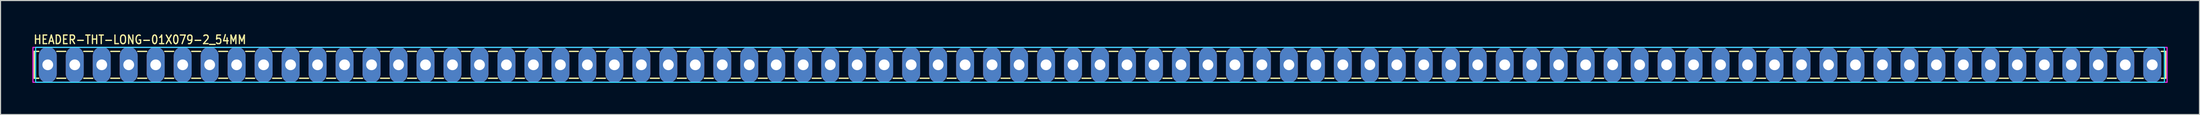
<source format=kicad_pcb>
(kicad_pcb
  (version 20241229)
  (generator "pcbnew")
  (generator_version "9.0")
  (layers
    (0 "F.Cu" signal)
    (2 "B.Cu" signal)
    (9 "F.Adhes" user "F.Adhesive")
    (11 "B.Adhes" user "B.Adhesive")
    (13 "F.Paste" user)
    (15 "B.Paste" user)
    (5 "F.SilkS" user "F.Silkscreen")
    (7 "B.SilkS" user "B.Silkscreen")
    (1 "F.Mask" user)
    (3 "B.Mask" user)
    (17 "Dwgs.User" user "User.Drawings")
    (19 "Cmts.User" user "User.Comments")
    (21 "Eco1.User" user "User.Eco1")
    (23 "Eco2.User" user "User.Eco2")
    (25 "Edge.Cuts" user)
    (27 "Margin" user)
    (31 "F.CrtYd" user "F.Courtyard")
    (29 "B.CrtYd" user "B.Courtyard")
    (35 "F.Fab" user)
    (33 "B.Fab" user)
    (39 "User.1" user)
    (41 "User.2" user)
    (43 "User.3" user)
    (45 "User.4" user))
  (footprint "HEADER-THT-LONG-01X079-2_54MM"
    (layer "F.Cu")
    (at 1.447 3.079)
    (property "Reference" "HEADER-THT-LONG-01X079-2_54MM" (at -1.4 -1.9 0) (unlocked yes) (layer "F.SilkS") (effects (font (size 0.813 0.695) (thickness 0.122)) (justify left bottom)))
    (fp_line (start -1.27 -1.27) (end -1.27 1.27) (stroke (width 0.127) (type solid)) (layer "F.SilkS"))
    (fp_line (start -1.27 1.27) (end -0.85 1.27) (stroke (width 0.127) (type solid)) (layer "F.SilkS"))
    (fp_line (start -0.85 -1.27) (end -1.27 -1.27) (stroke (width 0.127) (type solid)) (layer "F.SilkS"))
    (fp_line (start 0.85 -1.27) (end 1.69 -1.27) (stroke (width 0.127) (type solid)) (layer "F.SilkS"))
    (fp_line (start 0.85 1.27) (end 1.69 1.27) (stroke (width 0.127) (type solid)) (layer "F.SilkS"))
    (fp_line (start 3.39 -1.27) (end 4.23 -1.27) (stroke (width 0.127) (type solid)) (layer "F.SilkS"))
    (fp_line (start 3.39 1.27) (end 4.23 1.27) (stroke (width 0.127) (type solid)) (layer "F.SilkS"))
    (fp_line (start 5.93 -1.27) (end 6.77 -1.27) (stroke (width 0.127) (type solid)) (layer "F.SilkS"))
    (fp_line (start 5.93 1.27) (end 6.77 1.27) (stroke (width 0.127) (type solid)) (layer "F.SilkS"))
    (fp_line (start 8.47 -1.27) (end 9.31 -1.27) (stroke (width 0.127) (type solid)) (layer "F.SilkS"))
    (fp_line (start 8.47 1.27) (end 9.31 1.27) (stroke (width 0.127) (type solid)) (layer "F.SilkS"))
    (fp_line (start 11.01 -1.27) (end 11.85 -1.27) (stroke (width 0.127) (type solid)) (layer "F.SilkS"))
    (fp_line (start 11.01 1.27) (end 11.85 1.27) (stroke (width 0.127) (type solid)) (layer "F.SilkS"))
    (fp_line (start 13.55 -1.27) (end 14.39 -1.27) (stroke (width 0.127) (type solid)) (layer "F.SilkS"))
    (fp_line (start 13.55 1.27) (end 14.39 1.27) (stroke (width 0.127) (type solid)) (layer "F.SilkS"))
    (fp_line (start 16.09 -1.27) (end 16.93 -1.27) (stroke (width 0.127) (type solid)) (layer "F.SilkS"))
    (fp_line (start 16.09 1.27) (end 16.93 1.27) (stroke (width 0.127) (type solid)) (layer "F.SilkS"))
    (fp_line (start 18.63 -1.27) (end 19.47 -1.27) (stroke (width 0.127) (type solid)) (layer "F.SilkS"))
    (fp_line (start 18.63 1.27) (end 19.47 1.27) (stroke (width 0.127) (type solid)) (layer "F.SilkS"))
    (fp_line (start 21.17 -1.27) (end 22.01 -1.27) (stroke (width 0.127) (type solid)) (layer "F.SilkS"))
    (fp_line (start 21.17 1.27) (end 22.01 1.27) (stroke (width 0.127) (type solid)) (layer "F.SilkS"))
    (fp_line (start 23.71 -1.27) (end 24.55 -1.27) (stroke (width 0.127) (type solid)) (layer "F.SilkS"))
    (fp_line (start 23.71 1.27) (end 24.55 1.27) (stroke (width 0.127) (type solid)) (layer "F.SilkS"))
    (fp_line (start 26.25 -1.27) (end 27.09 -1.27) (stroke (width 0.127) (type solid)) (layer "F.SilkS"))
    (fp_line (start 26.25 1.27) (end 27.09 1.27) (stroke (width 0.127) (type solid)) (layer "F.SilkS"))
    (fp_line (start 28.79 -1.27) (end 29.63 -1.27) (stroke (width 0.127) (type solid)) (layer "F.SilkS"))
    (fp_line (start 28.79 1.27) (end 29.63 1.27) (stroke (width 0.127) (type solid)) (layer "F.SilkS"))
    (fp_line (start 31.33 -1.27) (end 32.17 -1.27) (stroke (width 0.127) (type solid)) (layer "F.SilkS"))
    (fp_line (start 31.33 1.27) (end 32.17 1.27) (stroke (width 0.127) (type solid)) (layer "F.SilkS"))
    (fp_line (start 33.87 -1.27) (end 34.71 -1.27) (stroke (width 0.127) (type solid)) (layer "F.SilkS"))
    (fp_line (start 33.87 1.27) (end 34.71 1.27) (stroke (width 0.127) (type solid)) (layer "F.SilkS"))
    (fp_line (start 36.41 -1.27) (end 37.25 -1.27) (stroke (width 0.127) (type solid)) (layer "F.SilkS"))
    (fp_line (start 36.41 1.27) (end 37.25 1.27) (stroke (width 0.127) (type solid)) (layer "F.SilkS"))
    (fp_line (start 38.95 -1.27) (end 39.79 -1.27) (stroke (width 0.127) (type solid)) (layer "F.SilkS"))
    (fp_line (start 38.95 1.27) (end 39.79 1.27) (stroke (width 0.127) (type solid)) (layer "F.SilkS"))
    (fp_line (start 41.49 -1.27) (end 42.33 -1.27) (stroke (width 0.127) (type solid)) (layer "F.SilkS"))
    (fp_line (start 41.49 1.27) (end 42.33 1.27) (stroke (width 0.127) (type solid)) (layer "F.SilkS"))
    (fp_line (start 44.03 -1.27) (end 44.87 -1.27) (stroke (width 0.127) (type solid)) (layer "F.SilkS"))
    (fp_line (start 44.03 1.27) (end 44.87 1.27) (stroke (width 0.127) (type solid)) (layer "F.SilkS"))
    (fp_line (start 46.57 -1.27) (end 47.41 -1.27) (stroke (width 0.127) (type solid)) (layer "F.SilkS"))
    (fp_line (start 46.57 1.27) (end 47.41 1.27) (stroke (width 0.127) (type solid)) (layer "F.SilkS"))
    (fp_line (start 49.11 -1.27) (end 49.95 -1.27) (stroke (width 0.127) (type solid)) (layer "F.SilkS"))
    (fp_line (start 49.11 1.27) (end 49.95 1.27) (stroke (width 0.127) (type solid)) (layer "F.SilkS"))
    (fp_line (start 51.65 -1.27) (end 52.49 -1.27) (stroke (width 0.127) (type solid)) (layer "F.SilkS"))
    (fp_line (start 51.65 1.27) (end 52.49 1.27) (stroke (width 0.127) (type solid)) (layer "F.SilkS"))
    (fp_line (start 54.19 -1.27) (end 55.03 -1.27) (stroke (width 0.127) (type solid)) (layer "F.SilkS"))
    (fp_line (start 54.19 1.27) (end 55.03 1.27) (stroke (width 0.127) (type solid)) (layer "F.SilkS"))
    (fp_line (start 56.73 -1.27) (end 57.57 -1.27) (stroke (width 0.127) (type solid)) (layer "F.SilkS"))
    (fp_line (start 56.73 1.27) (end 57.57 1.27) (stroke (width 0.127) (type solid)) (layer "F.SilkS"))
    (fp_line (start 59.27 -1.27) (end 60.11 -1.27) (stroke (width 0.127) (type solid)) (layer "F.SilkS"))
    (fp_line (start 59.27 1.27) (end 60.11 1.27) (stroke (width 0.127) (type solid)) (layer "F.SilkS"))
    (fp_line (start 61.81 -1.27) (end 62.65 -1.27) (stroke (width 0.127) (type solid)) (layer "F.SilkS"))
    (fp_line (start 61.81 1.27) (end 62.65 1.27) (stroke (width 0.127) (type solid)) (layer "F.SilkS"))
    (fp_line (start 64.35 -1.27) (end 65.19 -1.27) (stroke (width 0.127) (type solid)) (layer "F.SilkS"))
    (fp_line (start 64.35 1.27) (end 65.19 1.27) (stroke (width 0.127) (type solid)) (layer "F.SilkS"))
    (fp_line (start 66.89 -1.27) (end 67.73 -1.27) (stroke (width 0.127) (type solid)) (layer "F.SilkS"))
    (fp_line (start 66.89 1.27) (end 67.73 1.27) (stroke (width 0.127) (type solid)) (layer "F.SilkS"))
    (fp_line (start 69.43 -1.27) (end 70.27 -1.27) (stroke (width 0.127) (type solid)) (layer "F.SilkS"))
    (fp_line (start 69.43 1.27) (end 70.27 1.27) (stroke (width 0.127) (type solid)) (layer "F.SilkS"))
    (fp_line (start 71.97 -1.27) (end 72.81 -1.27) (stroke (width 0.127) (type solid)) (layer "F.SilkS"))
    (fp_line (start 71.97 1.27) (end 72.81 1.27) (stroke (width 0.127) (type solid)) (layer "F.SilkS"))
    (fp_line (start 74.51 -1.27) (end 75.35 -1.27) (stroke (width 0.127) (type solid)) (layer "F.SilkS"))
    (fp_line (start 74.51 1.27) (end 75.35 1.27) (stroke (width 0.127) (type solid)) (layer "F.SilkS"))
    (fp_line (start 77.05 -1.27) (end 77.89 -1.27) (stroke (width 0.127) (type solid)) (layer "F.SilkS"))
    (fp_line (start 77.05 1.27) (end 77.89 1.27) (stroke (width 0.127) (type solid)) (layer "F.SilkS"))
    (fp_line (start 79.59 -1.27) (end 80.43 -1.27) (stroke (width 0.127) (type solid)) (layer "F.SilkS"))
    (fp_line (start 79.59 1.27) (end 80.43 1.27) (stroke (width 0.127) (type solid)) (layer "F.SilkS"))
    (fp_line (start 82.13 -1.27) (end 82.97 -1.27) (stroke (width 0.127) (type solid)) (layer "F.SilkS"))
    (fp_line (start 82.13 1.27) (end 82.97 1.27) (stroke (width 0.127) (type solid)) (layer "F.SilkS"))
    (fp_line (start 84.67 -1.27) (end 85.51 -1.27) (stroke (width 0.127) (type solid)) (layer "F.SilkS"))
    (fp_line (start 84.67 1.27) (end 85.51 1.27) (stroke (width 0.127) (type solid)) (layer "F.SilkS"))
    (fp_line (start 87.21 -1.27) (end 88.05 -1.27) (stroke (width 0.127) (type solid)) (layer "F.SilkS"))
    (fp_line (start 87.21 1.27) (end 88.05 1.27) (stroke (width 0.127) (type solid)) (layer "F.SilkS"))
    (fp_line (start 89.75 -1.27) (end 90.59 -1.27) (stroke (width 0.127) (type solid)) (layer "F.SilkS"))
    (fp_line (start 89.75 1.27) (end 90.59 1.27) (stroke (width 0.127) (type solid)) (layer "F.SilkS"))
    (fp_line (start 92.29 -1.27) (end 93.13 -1.27) (stroke (width 0.127) (type solid)) (layer "F.SilkS"))
    (fp_line (start 92.29 1.27) (end 93.13 1.27) (stroke (width 0.127) (type solid)) (layer "F.SilkS"))
    (fp_line (start 94.83 -1.27) (end 95.67 -1.27) (stroke (width 0.127) (type solid)) (layer "F.SilkS"))
    (fp_line (start 94.83 1.27) (end 95.67 1.27) (stroke (width 0.127) (type solid)) (layer "F.SilkS"))
    (fp_line (start 97.37 -1.27) (end 98.21 -1.27) (stroke (width 0.127) (type solid)) (layer "F.SilkS"))
    (fp_line (start 97.37 1.27) (end 98.21 1.27) (stroke (width 0.127) (type solid)) (layer "F.SilkS"))
    (fp_line (start 99.91 -1.27) (end 100.75 -1.27) (stroke (width 0.127) (type solid)) (layer "F.SilkS"))
    (fp_line (start 99.91 1.27) (end 100.75 1.27) (stroke (width 0.127) (type solid)) (layer "F.SilkS"))
    (fp_line (start 102.45 -1.27) (end 103.29 -1.27) (stroke (width 0.127) (type solid)) (layer "F.SilkS"))
    (fp_line (start 102.45 1.27) (end 103.29 1.27) (stroke (width 0.127) (type solid)) (layer "F.SilkS"))
    (fp_line (start 104.99 -1.27) (end 105.83 -1.27) (stroke (width 0.127) (type solid)) (layer "F.SilkS"))
    (fp_line (start 104.99 1.27) (end 105.83 1.27) (stroke (width 0.127) (type solid)) (layer "F.SilkS"))
    (fp_line (start 107.53 -1.27) (end 108.37 -1.27) (stroke (width 0.127) (type solid)) (layer "F.SilkS"))
    (fp_line (start 107.53 1.27) (end 108.37 1.27) (stroke (width 0.127) (type solid)) (layer "F.SilkS"))
    (fp_line (start 110.07 -1.27) (end 110.91 -1.27) (stroke (width 0.127) (type solid)) (layer "F.SilkS"))
    (fp_line (start 110.07 1.27) (end 110.91 1.27) (stroke (width 0.127) (type solid)) (layer "F.SilkS"))
    (fp_line (start 112.61 -1.27) (end 113.45 -1.27) (stroke (width 0.127) (type solid)) (layer "F.SilkS"))
    (fp_line (start 112.61 1.27) (end 113.45 1.27) (stroke (width 0.127) (type solid)) (layer "F.SilkS"))
    (fp_line (start 115.15 -1.27) (end 115.99 -1.27) (stroke (width 0.127) (type solid)) (layer "F.SilkS"))
    (fp_line (start 115.15 1.27) (end 115.99 1.27) (stroke (width 0.127) (type solid)) (layer "F.SilkS"))
    (fp_line (start 117.69 -1.27) (end 118.53 -1.27) (stroke (width 0.127) (type solid)) (layer "F.SilkS"))
    (fp_line (start 117.69 1.27) (end 118.53 1.27) (stroke (width 0.127) (type solid)) (layer "F.SilkS"))
    (fp_line (start 120.23 -1.27) (end 121.07 -1.27) (stroke (width 0.127) (type solid)) (layer "F.SilkS"))
    (fp_line (start 120.23 1.27) (end 121.07 1.27) (stroke (width 0.127) (type solid)) (layer "F.SilkS"))
    (fp_line (start 122.77 -1.27) (end 123.61 -1.27) (stroke (width 0.127) (type solid)) (layer "F.SilkS"))
    (fp_line (start 122.77 1.27) (end 123.61 1.27) (stroke (width 0.127) (type solid)) (layer "F.SilkS"))
    (fp_line (start 125.31 -1.27) (end 126.15 -1.27) (stroke (width 0.127) (type solid)) (layer "F.SilkS"))
    (fp_line (start 125.31 1.27) (end 126.15 1.27) (stroke (width 0.127) (type solid)) (layer "F.SilkS"))
    (fp_line (start 127.85 -1.27) (end 128.69 -1.27) (stroke (width 0.127) (type solid)) (layer "F.SilkS"))
    (fp_line (start 127.85 1.27) (end 128.69 1.27) (stroke (width 0.127) (type solid)) (layer "F.SilkS"))
    (fp_line (start 130.39 -1.27) (end 131.23 -1.27) (stroke (width 0.127) (type solid)) (layer "F.SilkS"))
    (fp_line (start 130.39 1.27) (end 131.23 1.27) (stroke (width 0.127) (type solid)) (layer "F.SilkS"))
    (fp_line (start 132.93 -1.27) (end 133.77 -1.27) (stroke (width 0.127) (type solid)) (layer "F.SilkS"))
    (fp_line (start 132.93 1.27) (end 133.77 1.27) (stroke (width 0.127) (type solid)) (layer "F.SilkS"))
    (fp_line (start 135.47 -1.27) (end 136.31 -1.27) (stroke (width 0.127) (type solid)) (layer "F.SilkS"))
    (fp_line (start 135.47 1.27) (end 136.31 1.27) (stroke (width 0.127) (type solid)) (layer "F.SilkS"))
    (fp_line (start 138.01 -1.27) (end 138.85 -1.27) (stroke (width 0.127) (type solid)) (layer "F.SilkS"))
    (fp_line (start 138.01 1.27) (end 138.85 1.27) (stroke (width 0.127) (type solid)) (layer "F.SilkS"))
    (fp_line (start 140.55 -1.27) (end 141.39 -1.27) (stroke (width 0.127) (type solid)) (layer "F.SilkS"))
    (fp_line (start 140.55 1.27) (end 141.39 1.27) (stroke (width 0.127) (type solid)) (layer "F.SilkS"))
    (fp_line (start 143.09 -1.27) (end 143.93 -1.27) (stroke (width 0.127) (type solid)) (layer "F.SilkS"))
    (fp_line (start 143.09 1.27) (end 143.93 1.27) (stroke (width 0.127) (type solid)) (layer "F.SilkS"))
    (fp_line (start 145.63 -1.27) (end 146.47 -1.27) (stroke (width 0.127) (type solid)) (layer "F.SilkS"))
    (fp_line (start 145.63 1.27) (end 146.47 1.27) (stroke (width 0.127) (type solid)) (layer "F.SilkS"))
    (fp_line (start 148.17 -1.27) (end 149.01 -1.27) (stroke (width 0.127) (type solid)) (layer "F.SilkS"))
    (fp_line (start 148.17 1.27) (end 149.01 1.27) (stroke (width 0.127) (type solid)) (layer "F.SilkS"))
    (fp_line (start 150.71 -1.27) (end 151.55 -1.27) (stroke (width 0.127) (type solid)) (layer "F.SilkS"))
    (fp_line (start 150.71 1.27) (end 151.55 1.27) (stroke (width 0.127) (type solid)) (layer "F.SilkS"))
    (fp_line (start 153.25 -1.27) (end 154.09 -1.27) (stroke (width 0.127) (type solid)) (layer "F.SilkS"))
    (fp_line (start 153.25 1.27) (end 154.09 1.27) (stroke (width 0.127) (type solid)) (layer "F.SilkS"))
    (fp_line (start 155.79 -1.27) (end 156.63 -1.27) (stroke (width 0.127) (type solid)) (layer "F.SilkS"))
    (fp_line (start 155.79 1.27) (end 156.63 1.27) (stroke (width 0.127) (type solid)) (layer "F.SilkS"))
    (fp_line (start 158.33 -1.27) (end 159.17 -1.27) (stroke (width 0.127) (type solid)) (layer "F.SilkS"))
    (fp_line (start 158.33 1.27) (end 159.17 1.27) (stroke (width 0.127) (type solid)) (layer "F.SilkS"))
    (fp_line (start 160.87 -1.27) (end 161.71 -1.27) (stroke (width 0.127) (type solid)) (layer "F.SilkS"))
    (fp_line (start 160.87 1.27) (end 161.71 1.27) (stroke (width 0.127) (type solid)) (layer "F.SilkS"))
    (fp_line (start 163.41 -1.27) (end 164.25 -1.27) (stroke (width 0.127) (type solid)) (layer "F.SilkS"))
    (fp_line (start 163.41 1.27) (end 164.25 1.27) (stroke (width 0.127) (type solid)) (layer "F.SilkS"))
    (fp_line (start 165.95 -1.27) (end 166.79 -1.27) (stroke (width 0.127) (type solid)) (layer "F.SilkS"))
    (fp_line (start 165.95 1.27) (end 166.79 1.27) (stroke (width 0.127) (type solid)) (layer "F.SilkS"))
    (fp_line (start 168.49 -1.27) (end 169.33 -1.27) (stroke (width 0.127) (type solid)) (layer "F.SilkS"))
    (fp_line (start 168.49 1.27) (end 169.33 1.27) (stroke (width 0.127) (type solid)) (layer "F.SilkS"))
    (fp_line (start 171.03 -1.27) (end 171.87 -1.27) (stroke (width 0.127) (type solid)) (layer "F.SilkS"))
    (fp_line (start 171.03 1.27) (end 171.87 1.27) (stroke (width 0.127) (type solid)) (layer "F.SilkS"))
    (fp_line (start 173.57 -1.27) (end 174.41 -1.27) (stroke (width 0.127) (type solid)) (layer "F.SilkS"))
    (fp_line (start 173.57 1.27) (end 174.41 1.27) (stroke (width 0.127) (type solid)) (layer "F.SilkS"))
    (fp_line (start 176.11 -1.27) (end 176.95 -1.27) (stroke (width 0.127) (type solid)) (layer "F.SilkS"))
    (fp_line (start 176.11 1.27) (end 176.95 1.27) (stroke (width 0.127) (type solid)) (layer "F.SilkS"))
    (fp_line (start 178.65 -1.27) (end 179.49 -1.27) (stroke (width 0.127) (type solid)) (layer "F.SilkS"))
    (fp_line (start 178.65 1.27) (end 179.49 1.27) (stroke (width 0.127) (type solid)) (layer "F.SilkS"))
    (fp_line (start 181.19 -1.27) (end 182.03 -1.27) (stroke (width 0.127) (type solid)) (layer "F.SilkS"))
    (fp_line (start 181.19 1.27) (end 182.03 1.27) (stroke (width 0.127) (type solid)) (layer "F.SilkS"))
    (fp_line (start 183.73 -1.27) (end 184.57 -1.27) (stroke (width 0.127) (type solid)) (layer "F.SilkS"))
    (fp_line (start 183.73 1.27) (end 184.57 1.27) (stroke (width 0.127) (type solid)) (layer "F.SilkS"))
    (fp_line (start 186.27 -1.27) (end 187.11 -1.27) (stroke (width 0.127) (type solid)) (layer "F.SilkS"))
    (fp_line (start 186.27 1.27) (end 187.11 1.27) (stroke (width 0.127) (type solid)) (layer "F.SilkS"))
    (fp_line (start 188.81 -1.27) (end 189.65 -1.27) (stroke (width 0.127) (type solid)) (layer "F.SilkS"))
    (fp_line (start 188.81 1.27) (end 189.65 1.27) (stroke (width 0.127) (type solid)) (layer "F.SilkS"))
    (fp_line (start 191.35 -1.27) (end 192.19 -1.27) (stroke (width 0.127) (type solid)) (layer "F.SilkS"))
    (fp_line (start 191.35 1.27) (end 192.19 1.27) (stroke (width 0.127) (type solid)) (layer "F.SilkS"))
    (fp_line (start 193.89 -1.27) (end 194.73 -1.27) (stroke (width 0.127) (type solid)) (layer "F.SilkS"))
    (fp_line (start 193.89 1.27) (end 194.73 1.27) (stroke (width 0.127) (type solid)) (layer "F.SilkS"))
    (fp_line (start 196.43 -1.27) (end 197.27 -1.27) (stroke (width 0.127) (type solid)) (layer "F.SilkS"))
    (fp_line (start 196.43 1.27) (end 197.27 1.27) (stroke (width 0.127) (type solid)) (layer "F.SilkS"))
    (fp_line (start 198.97 -1.27) (end 199.39 -1.27) (stroke (width 0.127) (type solid)) (layer "F.SilkS"))
    (fp_line (start 199.39 -1.27) (end 199.39 1.27) (stroke (width 0.127) (type solid)) (layer "F.SilkS"))
    (fp_line (start 199.39 1.27) (end 198.97 1.27) (stroke (width 0.127) (type solid)) (layer "F.SilkS"))
    (fp_poly (pts (xy -1.143 -1.651) (xy 199.263 -1.651) (xy 199.263 1.651) (xy -1.143 1.651)) (stroke (width 0.1) (type solid)) (fill no) (layer "B.CrtYd"))
    (fp_poly (pts (xy -1.397 -1.651) (xy 199.517 -1.651) (xy 199.517 1.651) (xy -1.397 1.651)) (stroke (width 0.1) (type solid)) (fill no) (layer "F.CrtYd"))
    (pad "P$1" thru_hole oval (at 0 0 90) (size 3.387 1.693) (drill 1.016) (layers "*.Cu" "*.Mask"))
    (pad "P$2" thru_hole oval (at 2.54 0 90) (size 3.387 1.693) (drill 1.016) (layers "*.Cu" "*.Mask"))
    (pad "P$3" thru_hole oval (at 5.08 0 90) (size 3.387 1.693) (drill 1.016) (layers "*.Cu" "*.Mask"))
    (pad "P$4" thru_hole oval (at 7.62 0 90) (size 3.387 1.693) (drill 1.016) (layers "*.Cu" "*.Mask"))
    (pad "P$5" thru_hole oval (at 10.16 0 90) (size 3.387 1.693) (drill 1.016) (layers "*.Cu" "*.Mask"))
    (pad "P$6" thru_hole oval (at 12.7 0 90) (size 3.387 1.693) (drill 1.016) (layers "*.Cu" "*.Mask"))
    (pad "P$7" thru_hole oval (at 15.24 0 90) (size 3.387 1.693) (drill 1.016) (layers "*.Cu" "*.Mask"))
    (pad "P$8" thru_hole oval (at 17.78 0 90) (size 3.387 1.693) (drill 1.016) (layers "*.Cu" "*.Mask"))
    (pad "P$9" thru_hole oval (at 20.32 0 90) (size 3.387 1.693) (drill 1.016) (layers "*.Cu" "*.Mask"))
    (pad "P$10" thru_hole oval (at 22.86 0 90) (size 3.387 1.693) (drill 1.016) (layers "*.Cu" "*.Mask"))
    (pad "P$11" thru_hole oval (at 25.4 0 90) (size 3.387 1.693) (drill 1.016) (layers "*.Cu" "*.Mask"))
    (pad "P$12" thru_hole oval (at 27.94 0 90) (size 3.387 1.693) (drill 1.016) (layers "*.Cu" "*.Mask"))
    (pad "P$13" thru_hole oval (at 30.48 0 90) (size 3.387 1.693) (drill 1.016) (layers "*.Cu" "*.Mask"))
    (pad "P$14" thru_hole oval (at 33.02 0 90) (size 3.387 1.693) (drill 1.016) (layers "*.Cu" "*.Mask"))
    (pad "P$15" thru_hole oval (at 35.56 0 90) (size 3.387 1.693) (drill 1.016) (layers "*.Cu" "*.Mask"))
    (pad "P$16" thru_hole oval (at 38.1 0 90) (size 3.387 1.693) (drill 1.016) (layers "*.Cu" "*.Mask"))
    (pad "P$17" thru_hole oval (at 40.64 0 90) (size 3.387 1.693) (drill 1.016) (layers "*.Cu" "*.Mask"))
    (pad "P$18" thru_hole oval (at 43.18 0 90) (size 3.387 1.693) (drill 1.016) (layers "*.Cu" "*.Mask"))
    (pad "P$19" thru_hole oval (at 45.72 0 90) (size 3.387 1.693) (drill 1.016) (layers "*.Cu" "*.Mask"))
    (pad "P$20" thru_hole oval (at 48.26 0 90) (size 3.387 1.693) (drill 1.016) (layers "*.Cu" "*.Mask"))
    (pad "P$21" thru_hole oval (at 50.8 0 90) (size 3.387 1.693) (drill 1.016) (layers "*.Cu" "*.Mask"))
    (pad "P$22" thru_hole oval (at 53.34 0 90) (size 3.387 1.693) (drill 1.016) (layers "*.Cu" "*.Mask"))
    (pad "P$23" thru_hole oval (at 55.88 0 90) (size 3.387 1.693) (drill 1.016) (layers "*.Cu" "*.Mask"))
    (pad "P$24" thru_hole oval (at 58.42 0 90) (size 3.387 1.693) (drill 1.016) (layers "*.Cu" "*.Mask"))
    (pad "P$25" thru_hole oval (at 60.96 0 90) (size 3.387 1.693) (drill 1.016) (layers "*.Cu" "*.Mask"))
    (pad "P$26" thru_hole oval (at 63.5 0 90) (size 3.387 1.693) (drill 1.016) (layers "*.Cu" "*.Mask"))
    (pad "P$27" thru_hole oval (at 66.04 0 90) (size 3.387 1.693) (drill 1.016) (layers "*.Cu" "*.Mask"))
    (pad "P$28" thru_hole oval (at 68.58 0 90) (size 3.387 1.693) (drill 1.016) (layers "*.Cu" "*.Mask"))
    (pad "P$29" thru_hole oval (at 71.12 0 90) (size 3.387 1.693) (drill 1.016) (layers "*.Cu" "*.Mask"))
    (pad "P$30" thru_hole oval (at 73.66 0 90) (size 3.387 1.693) (drill 1.016) (layers "*.Cu" "*.Mask"))
    (pad "P$31" thru_hole oval (at 76.2 0 90) (size 3.387 1.693) (drill 1.016) (layers "*.Cu" "*.Mask"))
    (pad "P$32" thru_hole oval (at 78.74 0 90) (size 3.387 1.693) (drill 1.016) (layers "*.Cu" "*.Mask"))
    (pad "P$33" thru_hole oval (at 81.28 0 90) (size 3.387 1.693) (drill 1.016) (layers "*.Cu" "*.Mask"))
    (pad "P$34" thru_hole oval (at 83.82 0 90) (size 3.387 1.693) (drill 1.016) (layers "*.Cu" "*.Mask"))
    (pad "P$35" thru_hole oval (at 86.36 0 90) (size 3.387 1.693) (drill 1.016) (layers "*.Cu" "*.Mask"))
    (pad "P$36" thru_hole oval (at 88.9 0 90) (size 3.387 1.693) (drill 1.016) (layers "*.Cu" "*.Mask"))
    (pad "P$37" thru_hole oval (at 91.44 0 90) (size 3.387 1.693) (drill 1.016) (layers "*.Cu" "*.Mask"))
    (pad "P$38" thru_hole oval (at 93.98 0 90) (size 3.387 1.693) (drill 1.016) (layers "*.Cu" "*.Mask"))
    (pad "P$39" thru_hole oval (at 96.52 0 90) (size 3.387 1.693) (drill 1.016) (layers "*.Cu" "*.Mask"))
    (pad "P$40" thru_hole oval (at 99.06 0 90) (size 3.387 1.693) (drill 1.016) (layers "*.Cu" "*.Mask"))
    (pad "P$41" thru_hole oval (at 101.6 0 90) (size 3.387 1.693) (drill 1.016) (layers "*.Cu" "*.Mask"))
    (pad "P$42" thru_hole oval (at 104.14 0 90) (size 3.387 1.693) (drill 1.016) (layers "*.Cu" "*.Mask"))
    (pad "P$43" thru_hole oval (at 106.68 0 90) (size 3.387 1.693) (drill 1.016) (layers "*.Cu" "*.Mask"))
    (pad "P$44" thru_hole oval (at 109.22 0 90) (size 3.387 1.693) (drill 1.016) (layers "*.Cu" "*.Mask"))
    (pad "P$45" thru_hole oval (at 111.76 0 90) (size 3.387 1.693) (drill 1.016) (layers "*.Cu" "*.Mask"))
    (pad "P$46" thru_hole oval (at 114.3 0 90) (size 3.387 1.693) (drill 1.016) (layers "*.Cu" "*.Mask"))
    (pad "P$47" thru_hole oval (at 116.84 0 90) (size 3.387 1.693) (drill 1.016) (layers "*.Cu" "*.Mask"))
    (pad "P$48" thru_hole oval (at 119.38 0 90) (size 3.387 1.693) (drill 1.016) (layers "*.Cu" "*.Mask"))
    (pad "P$49" thru_hole oval (at 121.92 0 90) (size 3.387 1.693) (drill 1.016) (layers "*.Cu" "*.Mask"))
    (pad "P$50" thru_hole oval (at 124.46 0 90) (size 3.387 1.693) (drill 1.016) (layers "*.Cu" "*.Mask"))
    (pad "P$51" thru_hole oval (at 127 0 90) (size 3.387 1.693) (drill 1.016) (layers "*.Cu" "*.Mask"))
    (pad "P$52" thru_hole oval (at 129.54 0 90) (size 3.387 1.693) (drill 1.016) (layers "*.Cu" "*.Mask"))
    (pad "P$53" thru_hole oval (at 132.08 0 90) (size 3.387 1.693) (drill 1.016) (layers "*.Cu" "*.Mask"))
    (pad "P$54" thru_hole oval (at 134.62 0 90) (size 3.387 1.693) (drill 1.016) (layers "*.Cu" "*.Mask"))
    (pad "P$55" thru_hole oval (at 137.16 0 90) (size 3.387 1.693) (drill 1.016) (layers "*.Cu" "*.Mask"))
    (pad "P$56" thru_hole oval (at 139.7 0 90) (size 3.387 1.693) (drill 1.016) (layers "*.Cu" "*.Mask"))
    (pad "P$57" thru_hole oval (at 142.24 0 90) (size 3.387 1.693) (drill 1.016) (layers "*.Cu" "*.Mask"))
    (pad "P$58" thru_hole oval (at 144.78 0 90) (size 3.387 1.693) (drill 1.016) (layers "*.Cu" "*.Mask"))
    (pad "P$59" thru_hole oval (at 147.32 0 90) (size 3.387 1.693) (drill 1.016) (layers "*.Cu" "*.Mask"))
    (pad "P$60" thru_hole oval (at 149.86 0 90) (size 3.387 1.693) (drill 1.016) (layers "*.Cu" "*.Mask"))
    (pad "P$61" thru_hole oval (at 152.4 0 90) (size 3.387 1.693) (drill 1.016) (layers "*.Cu" "*.Mask"))
    (pad "P$62" thru_hole oval (at 154.94 0 90) (size 3.387 1.693) (drill 1.016) (layers "*.Cu" "*.Mask"))
    (pad "P$63" thru_hole oval (at 157.48 0 90) (size 3.387 1.693) (drill 1.016) (layers "*.Cu" "*.Mask"))
    (pad "P$64" thru_hole oval (at 160.02 0 90) (size 3.387 1.693) (drill 1.016) (layers "*.Cu" "*.Mask"))
    (pad "P$65" thru_hole oval (at 162.56 0 90) (size 3.387 1.693) (drill 1.016) (layers "*.Cu" "*.Mask"))
    (pad "P$66" thru_hole oval (at 165.1 0 90) (size 3.387 1.693) (drill 1.016) (layers "*.Cu" "*.Mask"))
    (pad "P$67" thru_hole oval (at 167.64 0 90) (size 3.387 1.693) (drill 1.016) (layers "*.Cu" "*.Mask"))
    (pad "P$68" thru_hole oval (at 170.18 0 90) (size 3.387 1.693) (drill 1.016) (layers "*.Cu" "*.Mask"))
    (pad "P$69" thru_hole oval (at 172.72 0 90) (size 3.387 1.693) (drill 1.016) (layers "*.Cu" "*.Mask"))
    (pad "P$70" thru_hole oval (at 175.26 0 90) (size 3.387 1.693) (drill 1.016) (layers "*.Cu" "*.Mask"))
    (pad "P$71" thru_hole oval (at 177.8 0 90) (size 3.387 1.693) (drill 1.016) (layers "*.Cu" "*.Mask"))
    (pad "P$72" thru_hole oval (at 180.34 0 90) (size 3.387 1.693) (drill 1.016) (layers "*.Cu" "*.Mask"))
    (pad "P$73" thru_hole oval (at 182.88 0 90) (size 3.387 1.693) (drill 1.016) (layers "*.Cu" "*.Mask"))
    (pad "P$74" thru_hole oval (at 185.42 0 90) (size 3.387 1.693) (drill 1.016) (layers "*.Cu" "*.Mask"))
    (pad "P$75" thru_hole oval (at 187.96 0 90) (size 3.387 1.693) (drill 1.016) (layers "*.Cu" "*.Mask"))
    (pad "P$76" thru_hole oval (at 190.5 0 90) (size 3.387 1.693) (drill 1.016) (layers "*.Cu" "*.Mask"))
    (pad "P$77" thru_hole oval (at 193.04 0 90) (size 3.387 1.693) (drill 1.016) (layers "*.Cu" "*.Mask"))
    (pad "P$78" thru_hole oval (at 195.58 0 90) (size 3.387 1.693) (drill 1.016) (layers "*.Cu" "*.Mask"))
    (pad "P$79" thru_hole oval (at 198.12 0 90) (size 3.387 1.693) (drill 1.016) (layers "*.Cu" "*.Mask")))
  (gr_rect
    (start -3 -3)
    (end 204.014 7.78)
    (stroke (width 0.1) (type default))
    (fill no)
    (layer "Edge.Cuts")))
</source>
